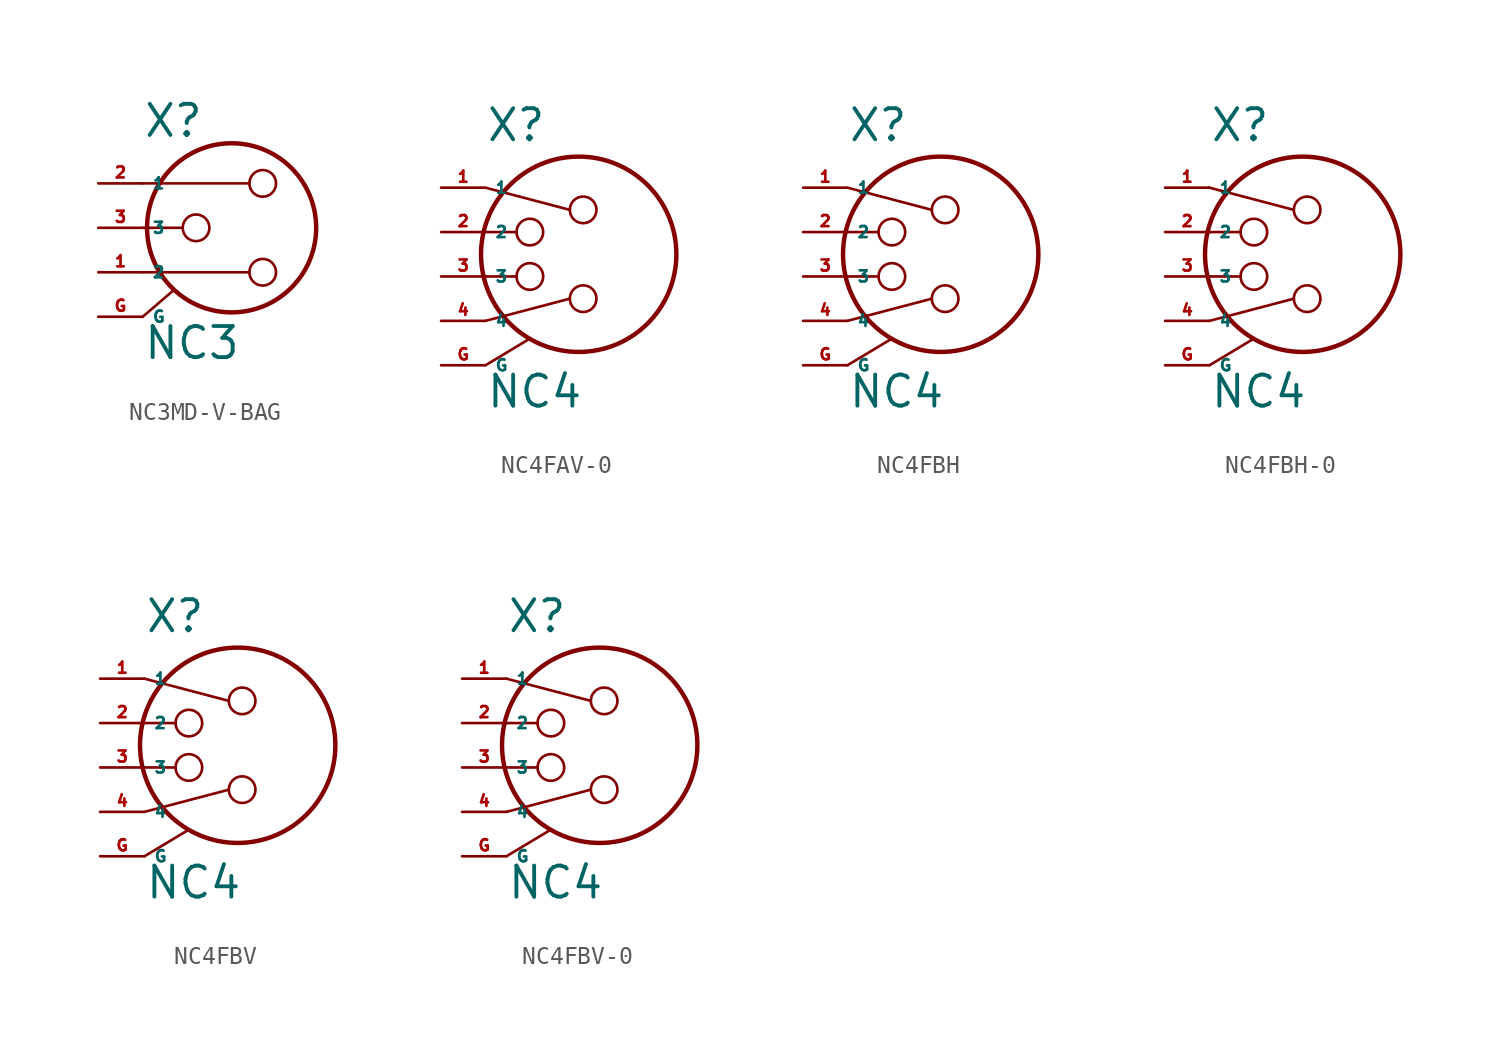
<source format=kicad_sym>
(kicad_symbol_lib
  (version 20220914)
  (generator Eagle2Kicad)
  (symbol "NC3MD-V-BAG"
    (property "Reference" "X"
      (at -5.08 5.08 0)
      (effects (font (size 1.778 1.778) (thickness 0.22)) (justify left bottom)))
    (property "Value" "NC3"
      (at -5.08 -7.62 0)
      (effects (font (size 1.778 1.778) (thickness 0.22)) (justify left bottom)))
    (polyline
      (pts (xy -5.08 2.54) (xy 1.016 2.54))
      (stroke (width 0.152) (type default))
      (fill (type none)))
    (polyline
      (pts (xy -5.08 -2.54) (xy 1.016 -2.54))
      (stroke (width 0.152) (type default))
      (fill (type none)))
    (polyline
      (pts (xy -5.08 0) (xy -2.794 0))
      (stroke (width 0.152) (type default))
      (fill (type none)))
    (polyline
      (pts (xy -5.08 -5.08) (xy -3.302 -3.556))
      (stroke (width 0.152) (type default))
      (fill (type none)))
    (circle
      (center 0 0)
      (radius 4.833)
      (stroke (width 0.254) (type default))
      (fill (type none)))
    (circle
      (center -2.032 0)
      (radius 0.762)
      (stroke (width 0.152) (type default))
      (fill (type none)))
    (circle
      (center 1.778 2.54)
      (radius 0.762)
      (stroke (width 0.152) (type default))
      (fill (type none)))
    (circle
      (center 1.778 -2.54)
      (radius 0.762)
      (stroke (width 0.152) (type default))
      (fill (type none)))
    (pin passive line
      (at -7.62 2.54 0)
      (length 2.54)
      (name "1" (effects (font (size 0.635 0.635) (thickness 0.08)) (justify left bottom)))
      (number "2" (effects (font (size 0.635 0.635) (thickness 0.08)) (justify left bottom))))
    (pin passive line
      (at -7.62 -2.54 0)
      (length 2.54)
      (name "2" (effects (font (size 0.635 0.635) (thickness 0.08)) (justify left bottom)))
      (number "1" (effects (font (size 0.635 0.635) (thickness 0.08)) (justify left bottom))))
    (pin passive line
      (at -7.62 0 0)
      (length 2.54)
      (name "3" (effects (font (size 0.635 0.635) (thickness 0.08)) (justify left bottom)))
      (number "3" (effects (font (size 0.635 0.635) (thickness 0.08)) (justify left bottom))))
    (pin passive line
      (at -7.62 -5.08 0)
      (length 2.54)
      (name "G" (effects (font (size 0.635 0.635) (thickness 0.08)) (justify left bottom)))
      (number "G" (effects (font (size 0.635 0.635) (thickness 0.08)) (justify left bottom)))))
  (symbol "NC4FAV-0"
    (property "Reference" "X"
      (at -5.08 7.62 0)
      (effects (font (size 1.778 1.778) (thickness 0.22)) (justify left bottom)))
    (property "Value" "NC4"
      (at -5.08 -7.62 0)
      (effects (font (size 1.778 1.778) (thickness 0.22)) (justify left bottom)))
    (polyline
      (pts (xy -5.08 5.08) (xy -0.254 3.81))
      (stroke (width 0.152) (type default))
      (fill (type none)))
    (polyline
      (pts (xy -5.08 -2.54) (xy -0.254 -1.27))
      (stroke (width 0.152) (type default))
      (fill (type none)))
    (polyline
      (pts (xy -5.08 0) (xy -3.302 0))
      (stroke (width 0.152) (type default))
      (fill (type none)))
    (polyline
      (pts (xy -5.08 -5.08) (xy -2.54 -3.556))
      (stroke (width 0.152) (type default))
      (fill (type none)))
    (polyline
      (pts (xy -5.08 2.54) (xy -3.302 2.54))
      (stroke (width 0.152) (type default))
      (fill (type none)))
    (circle
      (center 0.254 1.27)
      (radius 5.588)
      (stroke (width 0.254) (type default))
      (fill (type none)))
    (circle
      (center -2.54 0)
      (radius 0.762)
      (stroke (width 0.152) (type default))
      (fill (type none)))
    (circle
      (center 0.508 3.81)
      (radius 0.762)
      (stroke (width 0.152) (type default))
      (fill (type none)))
    (circle
      (center 0.508 -1.27)
      (radius 0.762)
      (stroke (width 0.152) (type default))
      (fill (type none)))
    (circle
      (center -2.54 2.54)
      (radius 0.762)
      (stroke (width 0.152) (type default))
      (fill (type none)))
    (pin passive line
      (at -7.62 5.08 0)
      (length 2.54)
      (name "1" (effects (font (size 0.635 0.635) (thickness 0.08)) (justify left bottom)))
      (number "1" (effects (font (size 0.635 0.635) (thickness 0.08)) (justify left bottom))))
    (pin passive line
      (at -7.62 2.54 0)
      (length 2.54)
      (name "2" (effects (font (size 0.635 0.635) (thickness 0.08)) (justify left bottom)))
      (number "2" (effects (font (size 0.635 0.635) (thickness 0.08)) (justify left bottom))))
    (pin passive line
      (at -7.62 0 0)
      (length 2.54)
      (name "3" (effects (font (size 0.635 0.635) (thickness 0.08)) (justify left bottom)))
      (number "3" (effects (font (size 0.635 0.635) (thickness 0.08)) (justify left bottom))))
    (pin passive line
      (at -7.62 -5.08 0)
      (length 2.54)
      (name "G" (effects (font (size 0.635 0.635) (thickness 0.08)) (justify left bottom)))
      (number "G" (effects (font (size 0.635 0.635) (thickness 0.08)) (justify left bottom))))
    (pin passive line
      (at -7.62 -2.54 0)
      (length 2.54)
      (name "4" (effects (font (size 0.635 0.635) (thickness 0.08)) (justify left bottom)))
      (number "4" (effects (font (size 0.635 0.635) (thickness 0.08)) (justify left bottom)))))
  (symbol "NC4FBH"
    (property "Reference" "X"
      (at -5.08 7.62 0)
      (effects (font (size 1.778 1.778) (thickness 0.22)) (justify left bottom)))
    (property "Value" "NC4"
      (at -5.08 -7.62 0)
      (effects (font (size 1.778 1.778) (thickness 0.22)) (justify left bottom)))
    (polyline
      (pts (xy -5.08 5.08) (xy -0.254 3.81))
      (stroke (width 0.152) (type default))
      (fill (type none)))
    (polyline
      (pts (xy -5.08 -2.54) (xy -0.254 -1.27))
      (stroke (width 0.152) (type default))
      (fill (type none)))
    (polyline
      (pts (xy -5.08 0) (xy -3.302 0))
      (stroke (width 0.152) (type default))
      (fill (type none)))
    (polyline
      (pts (xy -5.08 -5.08) (xy -2.54 -3.556))
      (stroke (width 0.152) (type default))
      (fill (type none)))
    (polyline
      (pts (xy -5.08 2.54) (xy -3.302 2.54))
      (stroke (width 0.152) (type default))
      (fill (type none)))
    (circle
      (center 0.254 1.27)
      (radius 5.588)
      (stroke (width 0.254) (type default))
      (fill (type none)))
    (circle
      (center -2.54 0)
      (radius 0.762)
      (stroke (width 0.152) (type default))
      (fill (type none)))
    (circle
      (center 0.508 3.81)
      (radius 0.762)
      (stroke (width 0.152) (type default))
      (fill (type none)))
    (circle
      (center 0.508 -1.27)
      (radius 0.762)
      (stroke (width 0.152) (type default))
      (fill (type none)))
    (circle
      (center -2.54 2.54)
      (radius 0.762)
      (stroke (width 0.152) (type default))
      (fill (type none)))
    (pin passive line
      (at -7.62 5.08 0)
      (length 2.54)
      (name "1" (effects (font (size 0.635 0.635) (thickness 0.08)) (justify left bottom)))
      (number "1" (effects (font (size 0.635 0.635) (thickness 0.08)) (justify left bottom))))
    (pin passive line
      (at -7.62 2.54 0)
      (length 2.54)
      (name "2" (effects (font (size 0.635 0.635) (thickness 0.08)) (justify left bottom)))
      (number "2" (effects (font (size 0.635 0.635) (thickness 0.08)) (justify left bottom))))
    (pin passive line
      (at -7.62 0 0)
      (length 2.54)
      (name "3" (effects (font (size 0.635 0.635) (thickness 0.08)) (justify left bottom)))
      (number "3" (effects (font (size 0.635 0.635) (thickness 0.08)) (justify left bottom))))
    (pin passive line
      (at -7.62 -5.08 0)
      (length 2.54)
      (name "G" (effects (font (size 0.635 0.635) (thickness 0.08)) (justify left bottom)))
      (number "G" (effects (font (size 0.635 0.635) (thickness 0.08)) (justify left bottom))))
    (pin passive line
      (at -7.62 -2.54 0)
      (length 2.54)
      (name "4" (effects (font (size 0.635 0.635) (thickness 0.08)) (justify left bottom)))
      (number "4" (effects (font (size 0.635 0.635) (thickness 0.08)) (justify left bottom)))))
  (symbol "NC4FBH-0"
    (property "Reference" "X"
      (at -5.08 7.62 0)
      (effects (font (size 1.778 1.778) (thickness 0.22)) (justify left bottom)))
    (property "Value" "NC4"
      (at -5.08 -7.62 0)
      (effects (font (size 1.778 1.778) (thickness 0.22)) (justify left bottom)))
    (polyline
      (pts (xy -5.08 5.08) (xy -0.254 3.81))
      (stroke (width 0.152) (type default))
      (fill (type none)))
    (polyline
      (pts (xy -5.08 -2.54) (xy -0.254 -1.27))
      (stroke (width 0.152) (type default))
      (fill (type none)))
    (polyline
      (pts (xy -5.08 0) (xy -3.302 0))
      (stroke (width 0.152) (type default))
      (fill (type none)))
    (polyline
      (pts (xy -5.08 -5.08) (xy -2.54 -3.556))
      (stroke (width 0.152) (type default))
      (fill (type none)))
    (polyline
      (pts (xy -5.08 2.54) (xy -3.302 2.54))
      (stroke (width 0.152) (type default))
      (fill (type none)))
    (circle
      (center 0.254 1.27)
      (radius 5.588)
      (stroke (width 0.254) (type default))
      (fill (type none)))
    (circle
      (center -2.54 0)
      (radius 0.762)
      (stroke (width 0.152) (type default))
      (fill (type none)))
    (circle
      (center 0.508 3.81)
      (radius 0.762)
      (stroke (width 0.152) (type default))
      (fill (type none)))
    (circle
      (center 0.508 -1.27)
      (radius 0.762)
      (stroke (width 0.152) (type default))
      (fill (type none)))
    (circle
      (center -2.54 2.54)
      (radius 0.762)
      (stroke (width 0.152) (type default))
      (fill (type none)))
    (pin passive line
      (at -7.62 5.08 0)
      (length 2.54)
      (name "1" (effects (font (size 0.635 0.635) (thickness 0.08)) (justify left bottom)))
      (number "1" (effects (font (size 0.635 0.635) (thickness 0.08)) (justify left bottom))))
    (pin passive line
      (at -7.62 2.54 0)
      (length 2.54)
      (name "2" (effects (font (size 0.635 0.635) (thickness 0.08)) (justify left bottom)))
      (number "2" (effects (font (size 0.635 0.635) (thickness 0.08)) (justify left bottom))))
    (pin passive line
      (at -7.62 0 0)
      (length 2.54)
      (name "3" (effects (font (size 0.635 0.635) (thickness 0.08)) (justify left bottom)))
      (number "3" (effects (font (size 0.635 0.635) (thickness 0.08)) (justify left bottom))))
    (pin passive line
      (at -7.62 -5.08 0)
      (length 2.54)
      (name "G" (effects (font (size 0.635 0.635) (thickness 0.08)) (justify left bottom)))
      (number "G" (effects (font (size 0.635 0.635) (thickness 0.08)) (justify left bottom))))
    (pin passive line
      (at -7.62 -2.54 0)
      (length 2.54)
      (name "4" (effects (font (size 0.635 0.635) (thickness 0.08)) (justify left bottom)))
      (number "4" (effects (font (size 0.635 0.635) (thickness 0.08)) (justify left bottom)))))
  (symbol "NC4FBV"
    (property "Reference" "X"
      (at -5.08 7.62 0)
      (effects (font (size 1.778 1.778) (thickness 0.22)) (justify left bottom)))
    (property "Value" "NC4"
      (at -5.08 -7.62 0)
      (effects (font (size 1.778 1.778) (thickness 0.22)) (justify left bottom)))
    (polyline
      (pts (xy -5.08 5.08) (xy -0.254 3.81))
      (stroke (width 0.152) (type default))
      (fill (type none)))
    (polyline
      (pts (xy -5.08 -2.54) (xy -0.254 -1.27))
      (stroke (width 0.152) (type default))
      (fill (type none)))
    (polyline
      (pts (xy -5.08 0) (xy -3.302 0))
      (stroke (width 0.152) (type default))
      (fill (type none)))
    (polyline
      (pts (xy -5.08 -5.08) (xy -2.54 -3.556))
      (stroke (width 0.152) (type default))
      (fill (type none)))
    (polyline
      (pts (xy -5.08 2.54) (xy -3.302 2.54))
      (stroke (width 0.152) (type default))
      (fill (type none)))
    (circle
      (center 0.254 1.27)
      (radius 5.588)
      (stroke (width 0.254) (type default))
      (fill (type none)))
    (circle
      (center -2.54 0)
      (radius 0.762)
      (stroke (width 0.152) (type default))
      (fill (type none)))
    (circle
      (center 0.508 3.81)
      (radius 0.762)
      (stroke (width 0.152) (type default))
      (fill (type none)))
    (circle
      (center 0.508 -1.27)
      (radius 0.762)
      (stroke (width 0.152) (type default))
      (fill (type none)))
    (circle
      (center -2.54 2.54)
      (radius 0.762)
      (stroke (width 0.152) (type default))
      (fill (type none)))
    (pin passive line
      (at -7.62 5.08 0)
      (length 2.54)
      (name "1" (effects (font (size 0.635 0.635) (thickness 0.08)) (justify left bottom)))
      (number "1" (effects (font (size 0.635 0.635) (thickness 0.08)) (justify left bottom))))
    (pin passive line
      (at -7.62 2.54 0)
      (length 2.54)
      (name "2" (effects (font (size 0.635 0.635) (thickness 0.08)) (justify left bottom)))
      (number "2" (effects (font (size 0.635 0.635) (thickness 0.08)) (justify left bottom))))
    (pin passive line
      (at -7.62 0 0)
      (length 2.54)
      (name "3" (effects (font (size 0.635 0.635) (thickness 0.08)) (justify left bottom)))
      (number "3" (effects (font (size 0.635 0.635) (thickness 0.08)) (justify left bottom))))
    (pin passive line
      (at -7.62 -5.08 0)
      (length 2.54)
      (name "G" (effects (font (size 0.635 0.635) (thickness 0.08)) (justify left bottom)))
      (number "G" (effects (font (size 0.635 0.635) (thickness 0.08)) (justify left bottom))))
    (pin passive line
      (at -7.62 -2.54 0)
      (length 2.54)
      (name "4" (effects (font (size 0.635 0.635) (thickness 0.08)) (justify left bottom)))
      (number "4" (effects (font (size 0.635 0.635) (thickness 0.08)) (justify left bottom)))))
  (symbol "NC4FBV-0"
    (property "Reference" "X"
      (at -5.08 7.62 0)
      (effects (font (size 1.778 1.778) (thickness 0.22)) (justify left bottom)))
    (property "Value" "NC4"
      (at -5.08 -7.62 0)
      (effects (font (size 1.778 1.778) (thickness 0.22)) (justify left bottom)))
    (polyline
      (pts (xy -5.08 5.08) (xy -0.254 3.81))
      (stroke (width 0.152) (type default))
      (fill (type none)))
    (polyline
      (pts (xy -5.08 -2.54) (xy -0.254 -1.27))
      (stroke (width 0.152) (type default))
      (fill (type none)))
    (polyline
      (pts (xy -5.08 0) (xy -3.302 0))
      (stroke (width 0.152) (type default))
      (fill (type none)))
    (polyline
      (pts (xy -5.08 -5.08) (xy -2.54 -3.556))
      (stroke (width 0.152) (type default))
      (fill (type none)))
    (polyline
      (pts (xy -5.08 2.54) (xy -3.302 2.54))
      (stroke (width 0.152) (type default))
      (fill (type none)))
    (circle
      (center 0.254 1.27)
      (radius 5.588)
      (stroke (width 0.254) (type default))
      (fill (type none)))
    (circle
      (center -2.54 0)
      (radius 0.762)
      (stroke (width 0.152) (type default))
      (fill (type none)))
    (circle
      (center 0.508 3.81)
      (radius 0.762)
      (stroke (width 0.152) (type default))
      (fill (type none)))
    (circle
      (center 0.508 -1.27)
      (radius 0.762)
      (stroke (width 0.152) (type default))
      (fill (type none)))
    (circle
      (center -2.54 2.54)
      (radius 0.762)
      (stroke (width 0.152) (type default))
      (fill (type none)))
    (pin passive line
      (at -7.62 5.08 0)
      (length 2.54)
      (name "1" (effects (font (size 0.635 0.635) (thickness 0.08)) (justify left bottom)))
      (number "1" (effects (font (size 0.635 0.635) (thickness 0.08)) (justify left bottom))))
    (pin passive line
      (at -7.62 2.54 0)
      (length 2.54)
      (name "2" (effects (font (size 0.635 0.635) (thickness 0.08)) (justify left bottom)))
      (number "2" (effects (font (size 0.635 0.635) (thickness 0.08)) (justify left bottom))))
    (pin passive line
      (at -7.62 0 0)
      (length 2.54)
      (name "3" (effects (font (size 0.635 0.635) (thickness 0.08)) (justify left bottom)))
      (number "3" (effects (font (size 0.635 0.635) (thickness 0.08)) (justify left bottom))))
    (pin passive line
      (at -7.62 -5.08 0)
      (length 2.54)
      (name "G" (effects (font (size 0.635 0.635) (thickness 0.08)) (justify left bottom)))
      (number "G" (effects (font (size 0.635 0.635) (thickness 0.08)) (justify left bottom))))
    (pin passive line
      (at -7.62 -2.54 0)
      (length 2.54)
      (name "4" (effects (font (size 0.635 0.635) (thickness 0.08)) (justify left bottom)))
      (number "4" (effects (font (size 0.635 0.635) (thickness 0.08)) (justify left bottom))))))
</source>
